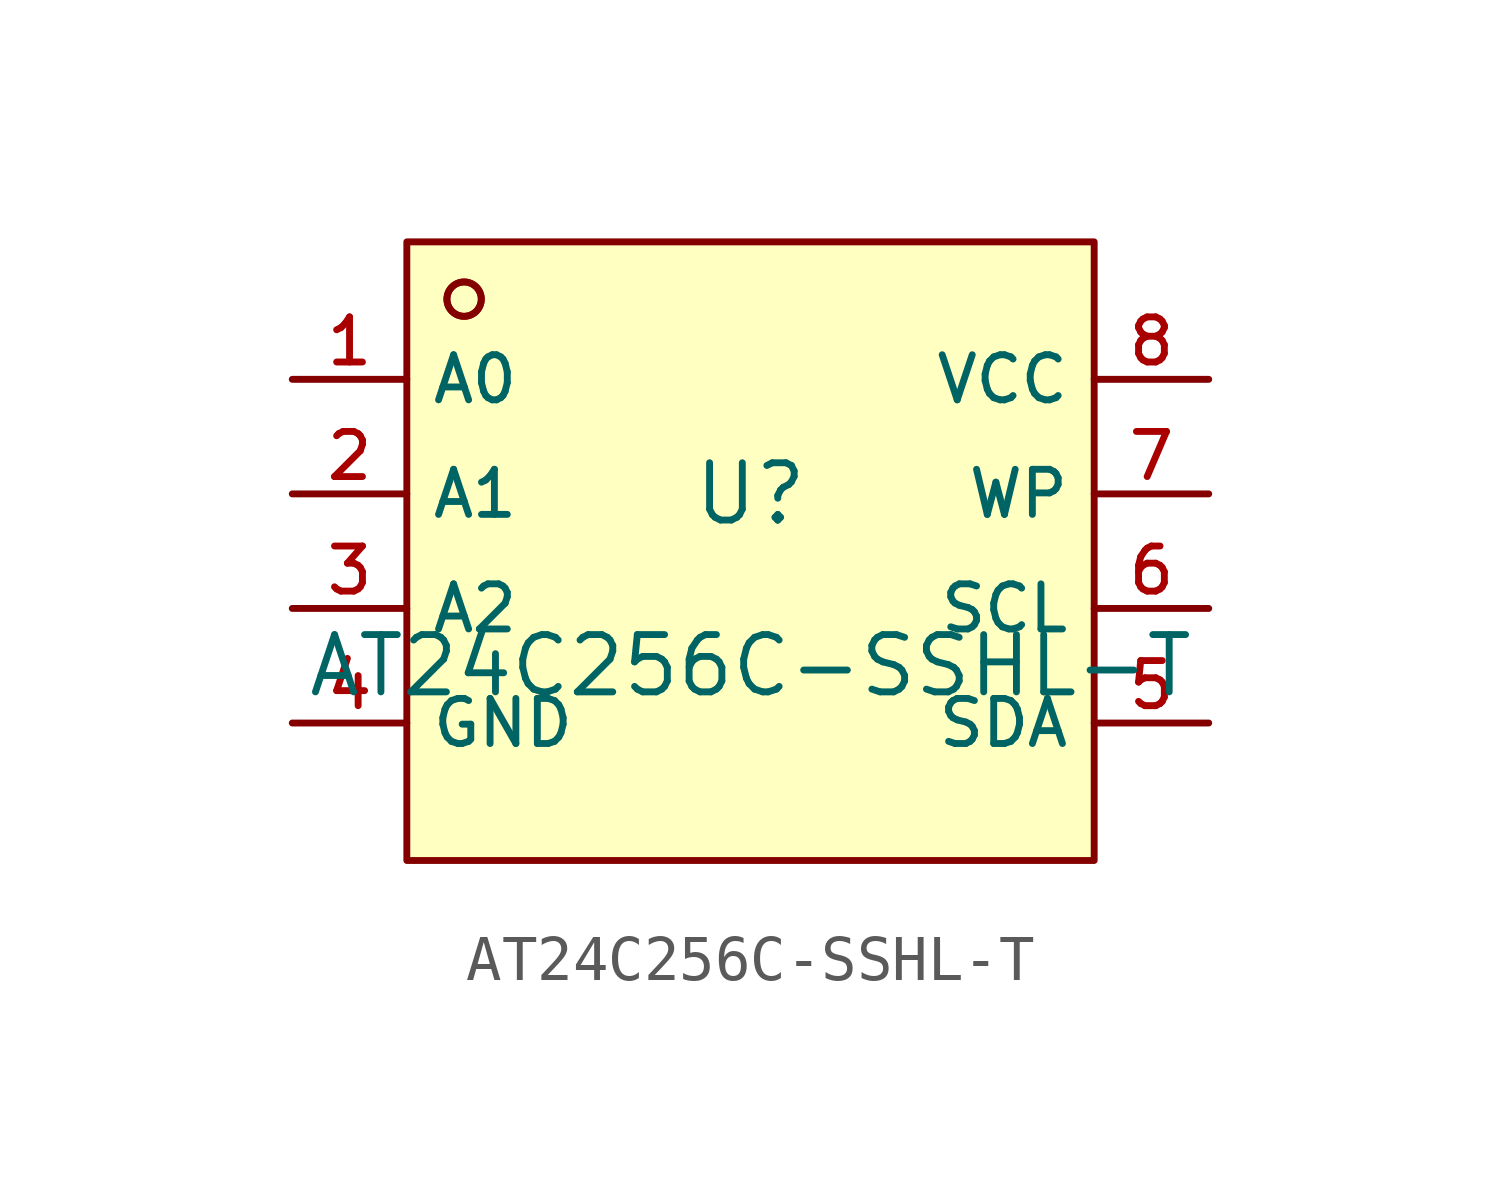
<source format=kicad_sym>
(kicad_symbol_lib
  (version 20210201)
  (generator TousstNicolas/JLC2KiCad_lib)
  (symbol "AT24C256C-SSHL-T"
    (property "Reference" "U"
      (at 0 1.27 0)
      (effects (font (size 1.27 1.27))))
    (property "Value" "AT24C256C-SSHL-T"
      (at 0 -2.54 0)
      (effects (font (size 1.27 1.27))))
    (symbol "AT24C256C-SSHL-T_0_1"
      (circle (center -6.35 5.588) (radius 0.381) (stroke (width 0) (type default) (color 0 0 0 0)) (fill (type background)))
      (rectangle (start -7.62 6.858) (end 7.62 -6.858) (stroke (width 0) (type default) (color 0 0 0 0)) (fill (type background)))
      (circle (center -6.35 5.588) (radius 0.381) (stroke (width 0) (type default) (color 0 0 0 0)) (fill (type background)))
      (pin unspecified line (at -10.16 3.81 0) (length 2.54) (name "A0" (effects (font (size 1 1)))) (number "1" (effects (font (size 1 1)))))
      (pin unspecified line (at -10.16 1.27 0) (length 2.54) (name "A1" (effects (font (size 1 1)))) (number "2" (effects (font (size 1 1)))))
      (pin unspecified line (at -10.16 -1.27 0) (length 2.54) (name "A2" (effects (font (size 1 1)))) (number "3" (effects (font (size 1 1)))))
      (pin unspecified line (at -10.16 -3.81 0) (length 2.54) (name "GND" (effects (font (size 1 1)))) (number "4" (effects (font (size 1 1)))))
      (pin unspecified line (at 10.16 -3.81 180) (length 2.54) (name "SDA" (effects (font (size 1 1)))) (number "5" (effects (font (size 1 1)))))
      (pin unspecified line (at 10.16 -1.27 180) (length 2.54) (name "SCL" (effects (font (size 1 1)))) (number "6" (effects (font (size 1 1)))))
      (pin unspecified line (at 10.16 1.27 180) (length 2.54) (name "WP" (effects (font (size 1 1)))) (number "7" (effects (font (size 1 1)))))
      (pin unspecified line (at 10.16 3.81 180) (length 2.54) (name "VCC" (effects (font (size 1 1)))) (number "8" (effects (font (size 1 1))))))))
</source>
